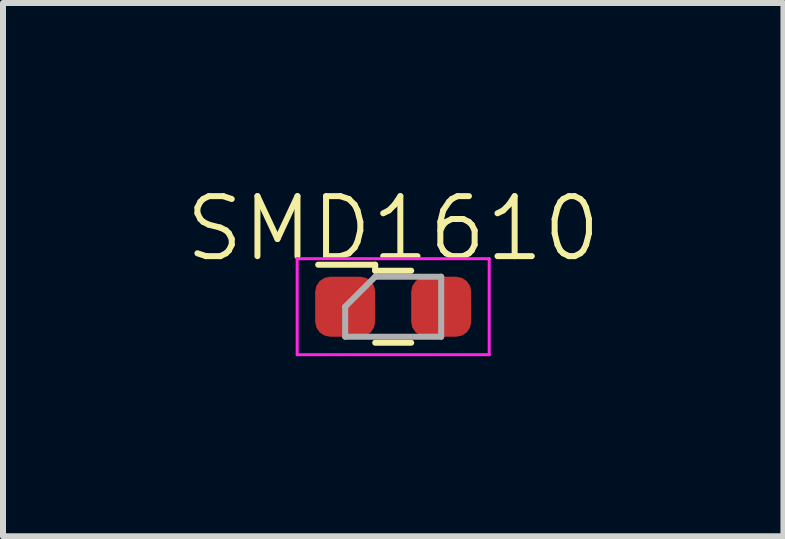
<source format=kicad_pcb>
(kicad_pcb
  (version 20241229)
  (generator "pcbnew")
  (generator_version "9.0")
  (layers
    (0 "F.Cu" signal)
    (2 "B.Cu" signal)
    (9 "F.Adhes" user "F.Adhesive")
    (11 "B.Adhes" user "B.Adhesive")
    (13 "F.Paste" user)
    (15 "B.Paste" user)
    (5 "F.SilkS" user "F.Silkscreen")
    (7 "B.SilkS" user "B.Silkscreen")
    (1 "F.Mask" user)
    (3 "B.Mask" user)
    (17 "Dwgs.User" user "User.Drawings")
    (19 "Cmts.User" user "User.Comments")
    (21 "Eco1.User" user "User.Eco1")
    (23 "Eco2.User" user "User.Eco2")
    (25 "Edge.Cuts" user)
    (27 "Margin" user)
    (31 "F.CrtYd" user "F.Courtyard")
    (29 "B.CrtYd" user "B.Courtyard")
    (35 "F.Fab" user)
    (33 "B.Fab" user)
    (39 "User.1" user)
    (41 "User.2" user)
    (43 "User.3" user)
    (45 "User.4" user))
  (footprint "SMD1610"
    (layer "F.Cu")
    (at 3.502 2.061)
    (property "Reference" "SMD1610" (at 0 -1.3 0) (unlocked yes) (layer "F.SilkS") (effects (font (size 1 1) (thickness 0.1))))
    (attr smd)
    (fp_line (start -1.25 -0.7) (end -0.3 -0.7) (stroke (width 0.1) (type default)) (layer "F.SilkS"))
    (fp_line (start -0.3 -0.7) (end -0.3 -0.6) (stroke (width 0.1) (type default)) (layer "F.SilkS"))
    (fp_line (start 0.3 -0.6) (end -0.3 -0.6) (stroke (width 0.1) (type default)) (layer "F.SilkS"))
    (fp_line (start 0.3 0.6) (end -0.3 0.6) (stroke (width 0.1) (type default)) (layer "F.SilkS"))
    (fp_line (start -1.6 -0.8) (end 1.6 -0.8) (stroke (width 0.05) (type default)) (layer "F.CrtYd"))
    (fp_line (start -1.6 0.8) (end -1.6 -0.8) (stroke (width 0.05) (type default)) (layer "F.CrtYd"))
    (fp_line (start 1.6 -0.8) (end 1.6 0.8) (stroke (width 0.05) (type default)) (layer "F.CrtYd"))
    (fp_line (start 1.6 0.8) (end -1.6 0.8) (stroke (width 0.05) (type default)) (layer "F.CrtYd"))
    (fp_line (start -0.8 0) (end -0.3 -0.5) (stroke (width 0.1) (type default)) (layer "F.Fab"))
    (fp_line (start -0.8 0.5) (end -0.8 0) (stroke (width 0.1) (type default)) (layer "F.Fab"))
    (fp_line (start -0.3 -0.5) (end 0.8 -0.5) (stroke (width 0.1) (type default)) (layer "F.Fab"))
    (fp_line (start 0.8 -0.5) (end 0.8 0.5) (stroke (width 0.1) (type default)) (layer "F.Fab"))
    (fp_line (start 0.8 0.5) (end -0.8 0.5) (stroke (width 0.1) (type default)) (layer "F.Fab"))
    (pad "1" smd roundrect (at -0.8 0) (size 1 1) (layers "F.Cu" "F.Mask" "F.Paste") (roundrect_rratio 0.25))
    (pad "2" smd roundrect (at 0.8 0) (size 1 1) (layers "F.Cu" "F.Mask" "F.Paste") (roundrect_rratio 0.25)))
  (gr_rect
    (start -3 -3)
    (end 10.005 5.886)
    (stroke (width 0.1) (type default))
    (fill no)
    (layer "Edge.Cuts")))
</source>
